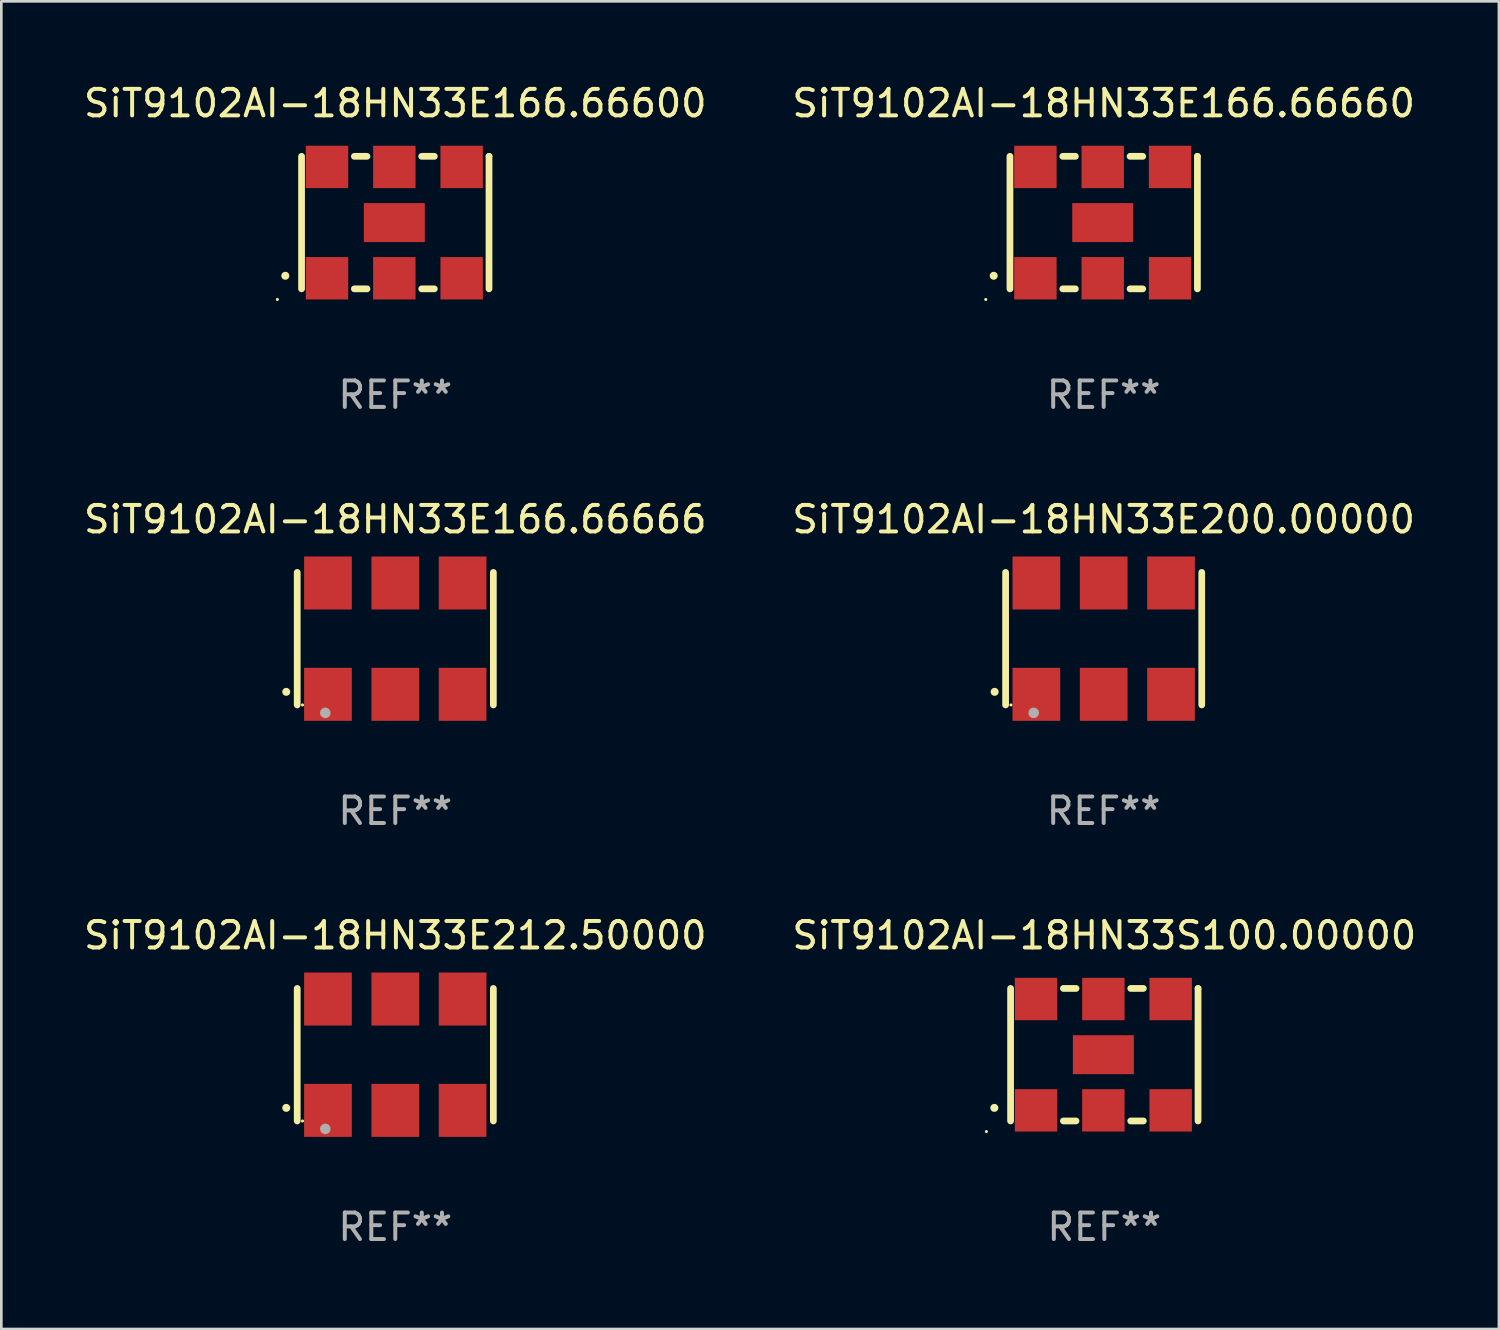
<source format=kicad_pcb>
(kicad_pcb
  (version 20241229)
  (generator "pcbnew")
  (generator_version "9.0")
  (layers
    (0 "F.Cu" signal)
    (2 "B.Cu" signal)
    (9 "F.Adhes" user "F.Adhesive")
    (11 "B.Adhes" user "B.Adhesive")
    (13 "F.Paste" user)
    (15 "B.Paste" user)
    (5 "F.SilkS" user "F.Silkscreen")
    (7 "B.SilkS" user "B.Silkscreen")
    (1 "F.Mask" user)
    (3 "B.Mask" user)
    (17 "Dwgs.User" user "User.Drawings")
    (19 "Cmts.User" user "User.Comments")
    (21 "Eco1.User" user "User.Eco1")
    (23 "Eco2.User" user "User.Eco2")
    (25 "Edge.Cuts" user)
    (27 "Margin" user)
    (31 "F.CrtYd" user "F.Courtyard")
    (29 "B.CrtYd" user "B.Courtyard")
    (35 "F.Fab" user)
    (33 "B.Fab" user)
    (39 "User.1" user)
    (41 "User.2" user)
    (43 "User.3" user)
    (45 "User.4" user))
  (footprint "SiT9102AI-18HN33S100.00000"
    (layer "F.Cu")
    (at 38.613 36.741)
    (property "Reference" "SiT9102AI-18HN33S100.00000" (at 0 -4.5 0) (layer "F.SilkS") (effects (font (size 1 1) (thickness 0.15))))
    (attr through_hole)
    (fp_line (start -3.536 -2.5) (end -3.536 2.5) (stroke (width 0.254) (type solid)) (layer "F.SilkS"))
    (fp_line (start -1.544 2.5) (end -1.067 2.5) (stroke (width 0.254) (type solid)) (layer "F.SilkS"))
    (fp_line (start -1.067 -2.5) (end -1.544 -2.5) (stroke (width 0.254) (type solid)) (layer "F.SilkS"))
    (fp_line (start 0.996 2.5) (end 1.473 2.5) (stroke (width 0.254) (type solid)) (layer "F.SilkS"))
    (fp_line (start 1.473 -2.5) (end 0.996 -2.5) (stroke (width 0.254) (type solid)) (layer "F.SilkS"))
    (fp_line (start 3.536 -2.5) (end 3.536 -2.5) (stroke (width 0.254) (type solid)) (layer "F.SilkS"))
    (fp_line (start 3.536 2.5) (end 3.536 -2.5) (stroke (width 0.254) (type solid)) (layer "F.SilkS"))
    (fp_arc (start -4.150432 2.006604) (mid -4.149162 2.006599) (end -4.147892 2.006604) (stroke (width 0.3) (type solid)) (layer "F.SilkS"))
    (fp_circle (center -4.449 2.9) (end -4.419 2.9) (stroke (width 0.06) (type solid)) (fill no) (layer "F.SilkS"))
    (fp_text user "REF**" (at 0 6.5 0) (layer "F.Fab") (effects (font (size 1 1) (thickness 0.15))))
    (pad "1" smd rect (at -2.576 2.1) (size 1.6 1.6) (layers "F.Cu" "F.Mask" "F.Paste"))
    (pad "2" smd rect (at -0.036 2.1) (size 1.6 1.6) (layers "F.Cu" "F.Mask" "F.Paste"))
    (pad "3" smd rect (at 2.504 2.1) (size 1.6 1.6) (layers "F.Cu" "F.Mask" "F.Paste"))
    (pad "4" smd rect (at 2.504 -2.1) (size 1.6 1.6) (layers "F.Cu" "F.Mask" "F.Paste"))
    (pad "5" smd rect (at -0.036 -2.1) (size 1.6 1.6) (layers "F.Cu" "F.Mask" "F.Paste"))
    (pad "6" smd rect (at -2.576 -2.1) (size 1.6 1.6) (layers "F.Cu" "F.Mask" "F.Paste"))
    (pad "7" smd rect (at -0.036 0) (size 2.3 1.47) (layers "F.Cu" "F.Mask" "F.Paste")))
  (footprint "SiT9102AI-18HN33E166.66666"
    (layer "F.Cu")
    (at 11.863 21.045)
    (property "Reference" "SiT9102AI-18HN33E166.66666" (at 0 -4.5 0) (layer "F.SilkS") (effects (font (size 1 1) (thickness 0.15))))
    (attr through_hole)
    (fp_line (start -3.7 -2.5) (end -3.7 2.5) (stroke (width 0.254) (type solid)) (layer "F.SilkS"))
    (fp_line (start 3.7 -2.5) (end 3.7 2.5) (stroke (width 0.254) (type solid)) (layer "F.SilkS"))
    (fp_arc (start -4.114415 2.006604) (mid -4.113145 2.006599) (end -4.111875 2.006604) (stroke (width 0.3) (type solid)) (layer "F.SilkS"))
    (fp_circle (center -3.5 2.501) (end -3.47 2.501) (stroke (width 0.06) (type solid)) (fill no) (layer "F.SilkS"))
    (fp_circle (center -2.641 2.799) (end -2.541 2.799) (stroke (width 0.2) (type solid)) (fill no) (layer "F.Fab"))
    (fp_text user "REF**" (at 0 6.5 0) (layer "F.Fab") (effects (font (size 1 1) (thickness 0.15))))
    (pad "1" smd rect (at -2.54 2.1) (size 1.8 2) (layers "F.Cu" "F.Mask" "F.Paste"))
    (pad "2" smd rect (at 0.000394 2.1) (size 1.8 2) (layers "F.Cu" "F.Mask" "F.Paste"))
    (pad "3" smd rect (at 2.54 2.1) (size 1.8 2) (layers "F.Cu" "F.Mask" "F.Paste"))
    (pad "4" smd rect (at 2.54 -2.1) (size 1.8 2) (layers "F.Cu" "F.Mask" "F.Paste"))
    (pad "5" smd rect (at 0.000394 -2.1) (size 1.8 2) (layers "F.Cu" "F.Mask" "F.Paste"))
    (pad "6" smd rect (at -2.54 -2.1) (size 1.8 2) (layers "F.Cu" "F.Mask" "F.Paste")))
  (footprint "SiT9102AI-18HN33E166.66600"
    (layer "F.Cu")
    (at 11.863 5.348)
    (property "Reference" "SiT9102AI-18HN33E166.66600" (at 0 -4.5 0) (layer "F.SilkS") (effects (font (size 1 1) (thickness 0.15))))
    (attr through_hole)
    (fp_line (start -3.536 -2.5) (end -3.536 2.5) (stroke (width 0.254) (type solid)) (layer "F.SilkS"))
    (fp_line (start -1.544 2.5) (end -1.067 2.5) (stroke (width 0.254) (type solid)) (layer "F.SilkS"))
    (fp_line (start -1.067 -2.5) (end -1.544 -2.5) (stroke (width 0.254) (type solid)) (layer "F.SilkS"))
    (fp_line (start 0.996 2.5) (end 1.473 2.5) (stroke (width 0.254) (type solid)) (layer "F.SilkS"))
    (fp_line (start 1.473 -2.5) (end 0.996 -2.5) (stroke (width 0.254) (type solid)) (layer "F.SilkS"))
    (fp_line (start 3.536 -2.5) (end 3.536 -2.5) (stroke (width 0.254) (type solid)) (layer "F.SilkS"))
    (fp_line (start 3.536 2.5) (end 3.536 -2.5) (stroke (width 0.254) (type solid)) (layer "F.SilkS"))
    (fp_arc (start -4.150432 2.006604) (mid -4.149162 2.006599) (end -4.147892 2.006604) (stroke (width 0.3) (type solid)) (layer "F.SilkS"))
    (fp_circle (center -4.449 2.9) (end -4.419 2.9) (stroke (width 0.06) (type solid)) (fill no) (layer "F.SilkS"))
    (fp_text user "REF**" (at 0 6.5 0) (layer "F.Fab") (effects (font (size 1 1) (thickness 0.15))))
    (pad "1" smd rect (at -2.576 2.1) (size 1.6 1.6) (layers "F.Cu" "F.Mask" "F.Paste"))
    (pad "2" smd rect (at -0.036 2.1) (size 1.6 1.6) (layers "F.Cu" "F.Mask" "F.Paste"))
    (pad "3" smd rect (at 2.504 2.1) (size 1.6 1.6) (layers "F.Cu" "F.Mask" "F.Paste"))
    (pad "4" smd rect (at 2.504 -2.1) (size 1.6 1.6) (layers "F.Cu" "F.Mask" "F.Paste"))
    (pad "5" smd rect (at -0.036 -2.1) (size 1.6 1.6) (layers "F.Cu" "F.Mask" "F.Paste"))
    (pad "6" smd rect (at -2.576 -2.1) (size 1.6 1.6) (layers "F.Cu" "F.Mask" "F.Paste"))
    (pad "7" smd rect (at -0.036 0) (size 2.3 1.47) (layers "F.Cu" "F.Mask" "F.Paste")))
  (footprint "SiT9102AI-18HN33E166.66660"
    (layer "F.Cu")
    (at 38.589 5.348)
    (property "Reference" "SiT9102AI-18HN33E166.66660" (at 0 -4.5 0) (layer "F.SilkS") (effects (font (size 1 1) (thickness 0.15))))
    (attr through_hole)
    (fp_line (start -3.536 -2.5) (end -3.536 2.5) (stroke (width 0.254) (type solid)) (layer "F.SilkS"))
    (fp_line (start -1.544 2.5) (end -1.067 2.5) (stroke (width 0.254) (type solid)) (layer "F.SilkS"))
    (fp_line (start -1.067 -2.5) (end -1.544 -2.5) (stroke (width 0.254) (type solid)) (layer "F.SilkS"))
    (fp_line (start 0.996 2.5) (end 1.473 2.5) (stroke (width 0.254) (type solid)) (layer "F.SilkS"))
    (fp_line (start 1.473 -2.5) (end 0.996 -2.5) (stroke (width 0.254) (type solid)) (layer "F.SilkS"))
    (fp_line (start 3.536 -2.5) (end 3.536 -2.5) (stroke (width 0.254) (type solid)) (layer "F.SilkS"))
    (fp_line (start 3.536 2.5) (end 3.536 -2.5) (stroke (width 0.254) (type solid)) (layer "F.SilkS"))
    (fp_arc (start -4.150432 2.006604) (mid -4.149162 2.006599) (end -4.147892 2.006604) (stroke (width 0.3) (type solid)) (layer "F.SilkS"))
    (fp_circle (center -4.449 2.9) (end -4.419 2.9) (stroke (width 0.06) (type solid)) (fill no) (layer "F.SilkS"))
    (fp_text user "REF**" (at 0 6.5 0) (layer "F.Fab") (effects (font (size 1 1) (thickness 0.15))))
    (pad "1" smd rect (at -2.576 2.1) (size 1.6 1.6) (layers "F.Cu" "F.Mask" "F.Paste"))
    (pad "2" smd rect (at -0.036 2.1) (size 1.6 1.6) (layers "F.Cu" "F.Mask" "F.Paste"))
    (pad "3" smd rect (at 2.504 2.1) (size 1.6 1.6) (layers "F.Cu" "F.Mask" "F.Paste"))
    (pad "4" smd rect (at 2.504 -2.1) (size 1.6 1.6) (layers "F.Cu" "F.Mask" "F.Paste"))
    (pad "5" smd rect (at -0.036 -2.1) (size 1.6 1.6) (layers "F.Cu" "F.Mask" "F.Paste"))
    (pad "6" smd rect (at -2.576 -2.1) (size 1.6 1.6) (layers "F.Cu" "F.Mask" "F.Paste"))
    (pad "7" smd rect (at -0.036 0) (size 2.3 1.47) (layers "F.Cu" "F.Mask" "F.Paste")))
  (footprint "SiT9102AI-18HN33E212.50000"
    (layer "F.Cu")
    (at 11.863 36.741)
    (property "Reference" "SiT9102AI-18HN33E212.50000" (at 0 -4.5 0) (layer "F.SilkS") (effects (font (size 1 1) (thickness 0.15))))
    (attr through_hole)
    (fp_line (start -3.7 -2.5) (end -3.7 2.5) (stroke (width 0.254) (type solid)) (layer "F.SilkS"))
    (fp_line (start 3.7 -2.5) (end 3.7 2.5) (stroke (width 0.254) (type solid)) (layer "F.SilkS"))
    (fp_arc (start -4.114415 2.006604) (mid -4.113145 2.006599) (end -4.111875 2.006604) (stroke (width 0.3) (type solid)) (layer "F.SilkS"))
    (fp_circle (center -3.5 2.501) (end -3.47 2.501) (stroke (width 0.06) (type solid)) (fill no) (layer "F.SilkS"))
    (fp_circle (center -2.641 2.799) (end -2.541 2.799) (stroke (width 0.2) (type solid)) (fill no) (layer "F.Fab"))
    (fp_text user "REF**" (at 0 6.5 0) (layer "F.Fab") (effects (font (size 1 1) (thickness 0.15))))
    (pad "1" smd rect (at -2.54 2.1) (size 1.8 2) (layers "F.Cu" "F.Mask" "F.Paste"))
    (pad "2" smd rect (at 0.000394 2.1) (size 1.8 2) (layers "F.Cu" "F.Mask" "F.Paste"))
    (pad "3" smd rect (at 2.54 2.1) (size 1.8 2) (layers "F.Cu" "F.Mask" "F.Paste"))
    (pad "4" smd rect (at 2.54 -2.1) (size 1.8 2) (layers "F.Cu" "F.Mask" "F.Paste"))
    (pad "5" smd rect (at 0.000394 -2.1) (size 1.8 2) (layers "F.Cu" "F.Mask" "F.Paste"))
    (pad "6" smd rect (at -2.54 -2.1) (size 1.8 2) (layers "F.Cu" "F.Mask" "F.Paste")))
  (footprint "SiT9102AI-18HN33E200.00000"
    (layer "F.Cu")
    (at 38.589 21.045)
    (property "Reference" "SiT9102AI-18HN33E200.00000" (at 0 -4.5 0) (layer "F.SilkS") (effects (font (size 1 1) (thickness 0.15))))
    (attr through_hole)
    (fp_line (start -3.7 -2.5) (end -3.7 2.5) (stroke (width 0.254) (type solid)) (layer "F.SilkS"))
    (fp_line (start 3.7 -2.5) (end 3.7 2.5) (stroke (width 0.254) (type solid)) (layer "F.SilkS"))
    (fp_arc (start -4.114415 2.006604) (mid -4.113145 2.006599) (end -4.111875 2.006604) (stroke (width 0.3) (type solid)) (layer "F.SilkS"))
    (fp_circle (center -3.5 2.501) (end -3.47 2.501) (stroke (width 0.06) (type solid)) (fill no) (layer "F.SilkS"))
    (fp_circle (center -2.641 2.799) (end -2.541 2.799) (stroke (width 0.2) (type solid)) (fill no) (layer "F.Fab"))
    (fp_text user "REF**" (at 0 6.5 0) (layer "F.Fab") (effects (font (size 1 1) (thickness 0.15))))
    (pad "1" smd rect (at -2.54 2.1) (size 1.8 2) (layers "F.Cu" "F.Mask" "F.Paste"))
    (pad "2" smd rect (at 0.000394 2.1) (size 1.8 2) (layers "F.Cu" "F.Mask" "F.Paste"))
    (pad "3" smd rect (at 2.54 2.1) (size 1.8 2) (layers "F.Cu" "F.Mask" "F.Paste"))
    (pad "4" smd rect (at 2.54 -2.1) (size 1.8 2) (layers "F.Cu" "F.Mask" "F.Paste"))
    (pad "5" smd rect (at 0.000394 -2.1) (size 1.8 2) (layers "F.Cu" "F.Mask" "F.Paste"))
    (pad "6" smd rect (at -2.54 -2.1) (size 1.8 2) (layers "F.Cu" "F.Mask" "F.Paste")))
  (gr_rect
    (start -3 -3)
    (end 53.5 47.09)
    (stroke (width 0.1) (type default))
    (fill no)
    (layer "Edge.Cuts")))
</source>
